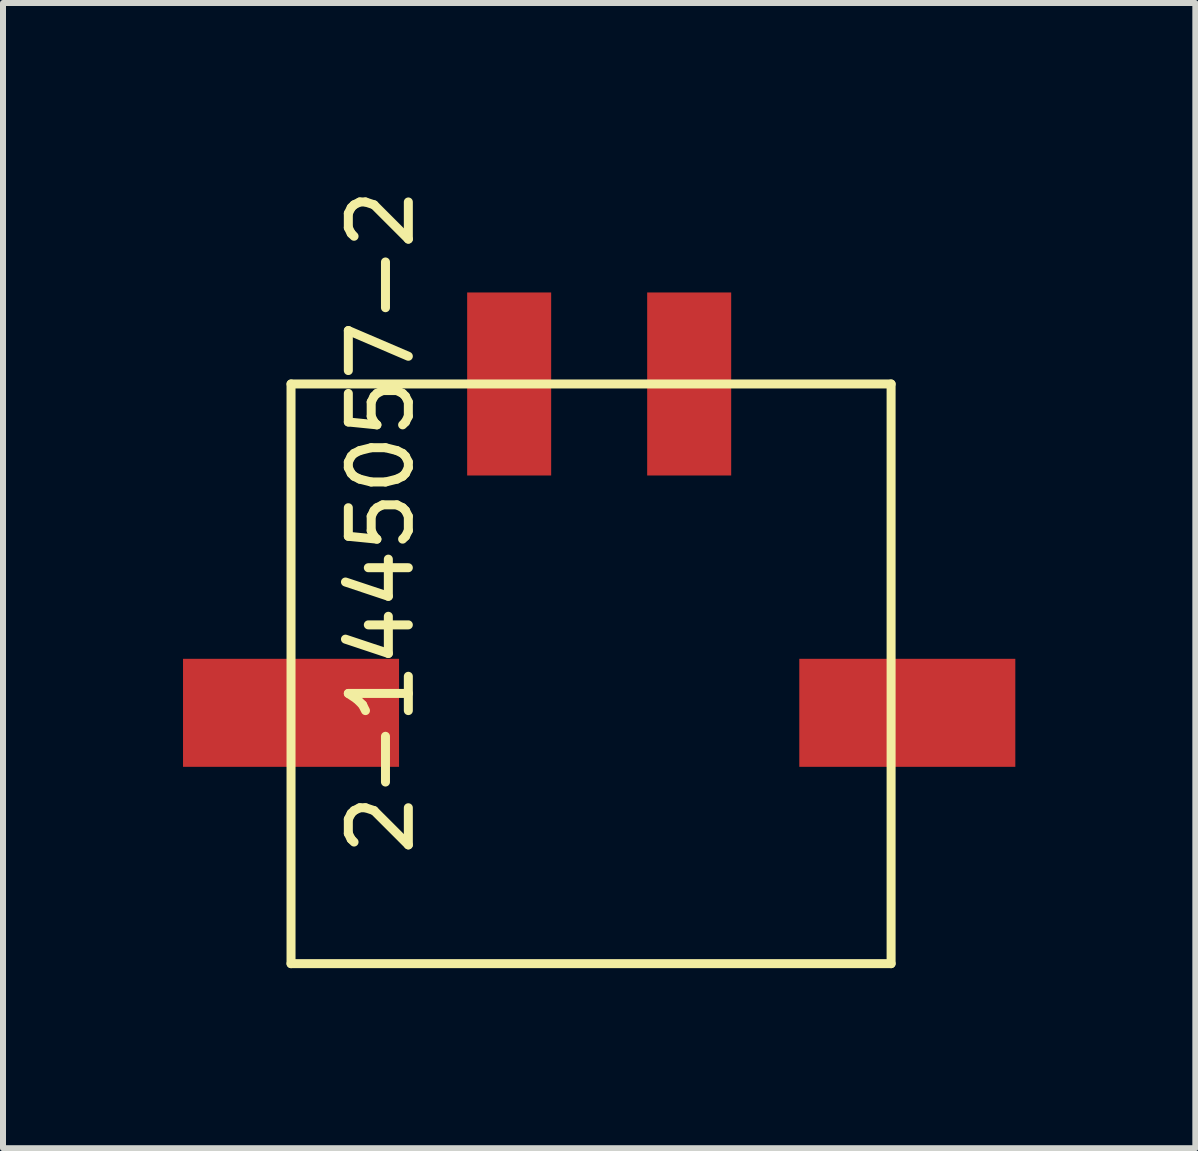
<source format=kicad_pcb>
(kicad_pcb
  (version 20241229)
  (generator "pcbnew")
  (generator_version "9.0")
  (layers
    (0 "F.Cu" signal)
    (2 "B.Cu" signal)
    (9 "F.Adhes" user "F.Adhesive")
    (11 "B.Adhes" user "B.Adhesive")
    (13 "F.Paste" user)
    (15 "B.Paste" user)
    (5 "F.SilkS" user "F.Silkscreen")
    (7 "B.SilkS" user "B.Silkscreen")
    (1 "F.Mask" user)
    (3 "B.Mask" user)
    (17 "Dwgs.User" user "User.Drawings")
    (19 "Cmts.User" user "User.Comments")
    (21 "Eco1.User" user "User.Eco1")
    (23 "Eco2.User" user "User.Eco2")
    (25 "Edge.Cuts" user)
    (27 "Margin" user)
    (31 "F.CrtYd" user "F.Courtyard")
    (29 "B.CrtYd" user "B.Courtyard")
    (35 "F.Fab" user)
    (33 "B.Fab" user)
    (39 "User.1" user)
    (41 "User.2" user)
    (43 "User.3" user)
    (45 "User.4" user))
  (footprint "2-1445057-2"
    (layer "F.Cu")
    (at 1.8 3.349)
    (property "Reference" "2-1445057-2" (at 1.5 2.3 90) (layer "F.SilkS") (effects (font (size 1 1) (thickness 0.15))))
    (attr through_hole)
    (fp_line (start 0 0) (end 0 9.66) (stroke (width 0.15) (type solid)) (layer "F.SilkS"))
    (fp_line (start 0 0) (end 10 0) (stroke (width 0.15) (type solid)) (layer "F.SilkS"))
    (fp_line (start 0 9.66) (end 10 9.66) (stroke (width 0.15) (type solid)) (layer "F.SilkS"))
    (fp_line (start 10 0) (end 10 9.66) (stroke (width 0.15) (type solid)) (layer "F.SilkS"))
    (pad "1" smd rect (at 3.635 0) (size 1.4 3.05) (layers "F.Cu" "F.Mask" "F.Paste"))
    (pad "2" smd rect (at 6.635 0) (size 1.4 3.05) (layers "F.Cu" "F.Mask" "F.Paste"))
    (pad "3" smd rect (at 0 5.48) (size 3.6 1.8) (layers "F.Cu" "F.Mask" "F.Paste"))
    (pad "4" smd rect (at 10.27 5.48) (size 3.6 1.8) (layers "F.Cu" "F.Mask" "F.Paste")))
  (gr_rect
    (start -3 -3)
    (end 16.87 16.084)
    (stroke (width 0.1) (type default))
    (fill no)
    (layer "Edge.Cuts")))
</source>
